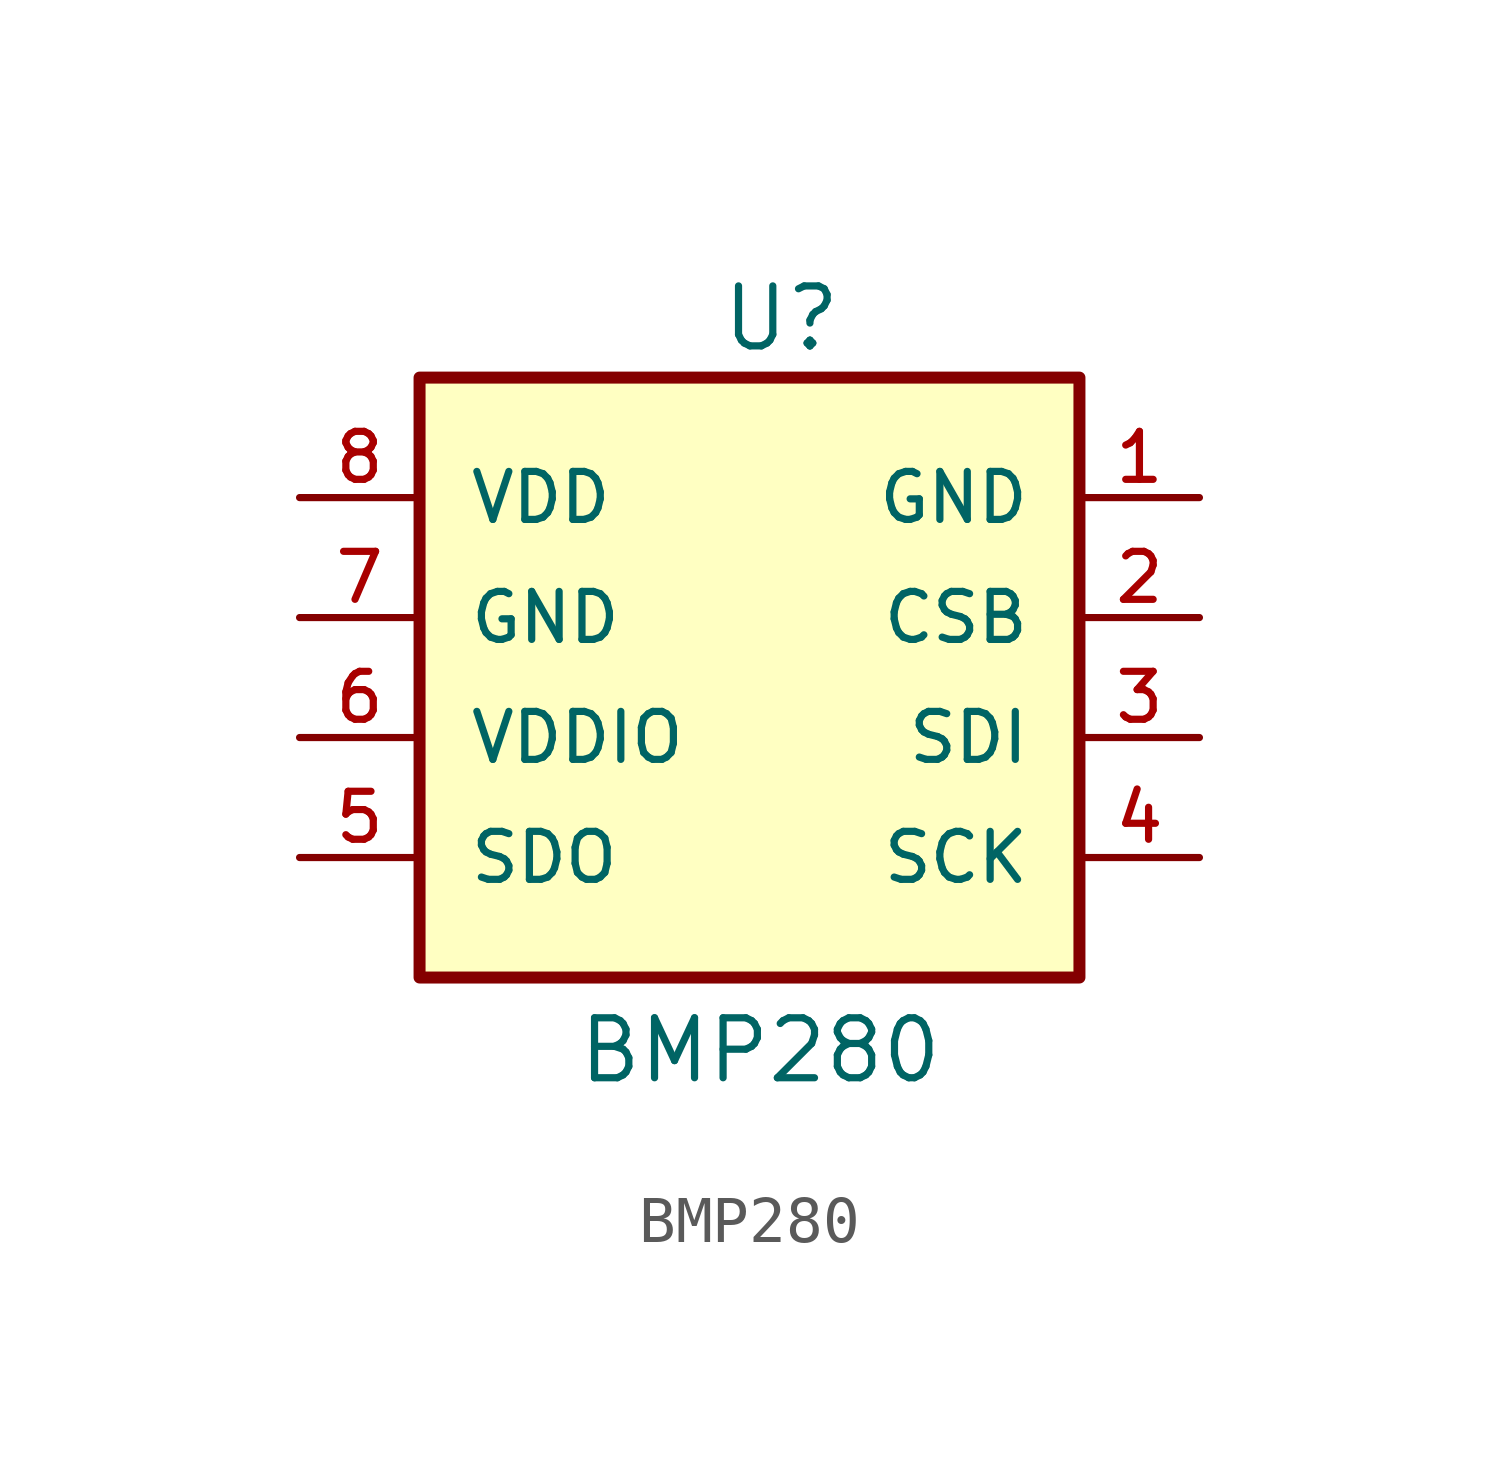
<source format=kicad_sym>
(kicad_symbol_lib
  (version 20231120)
  (generator "kicad_symbol_editor")
  (generator_version "8.0")
  (symbol "BMP280"
    (pin_names
      (offset 1.016))
    (property "Reference" "U"
      (at -3.81 8.128 0)
      (effects (font (size 1.27 1.27)) (justify left bottom)))
    (property "Value" "BMP280"
      (at -6.858 -7.366 0)
      (effects (font (size 1.27 1.27)) (justify left bottom)))
    (symbol "BMP280_0_0"
      (rectangle (start -10.16 7.62) (end 3.81 -5.08) (stroke (width 0.254) (type default)) (fill (type background)))
      (pin power_in line (at 6.35 5.08 180) (length 2.54) (name "GND" (effects (font (size 1.016 1.016)))) (number "1" (effects (font (size 1.016 1.016)))))
      (pin input line (at 6.35 2.54 180) (length 2.54) (name "CSB" (effects (font (size 1.016 1.016)))) (number "2" (effects (font (size 1.016 1.016)))))
      (pin bidirectional line (at 6.35 0 180) (length 2.54) (name "SDI" (effects (font (size 1.016 1.016)))) (number "3" (effects (font (size 1.016 1.016)))))
      (pin bidirectional line (at -12.7 -2.54 0) (length 2.54) (name "SDO" (effects (font (size 1.016 1.016)))) (number "5" (effects (font (size 1.016 1.016)))))
      (pin power_in line (at -12.7 0 0) (length 2.54) (name "VDDIO" (effects (font (size 1.016 1.016)))) (number "6" (effects (font (size 1.016 1.016)))))
      (pin power_in line (at -12.7 2.54 0) (length 2.54) (name "GND" (effects (font (size 1.016 1.016)))) (number "7" (effects (font (size 1.016 1.016)))))
      (pin power_in line (at -12.7 5.08 0) (length 2.54) (name "VDD" (effects (font (size 1.016 1.016)))) (number "8" (effects (font (size 1.016 1.016))))))
    (symbol "BMP280_1_1"
      (pin input line (at 6.35 -2.54 180) (length 2.54) (name "SCK" (effects (font (size 1.016 1.016)))) (number "4" (effects (font (size 1.016 1.016))))))))
</source>
